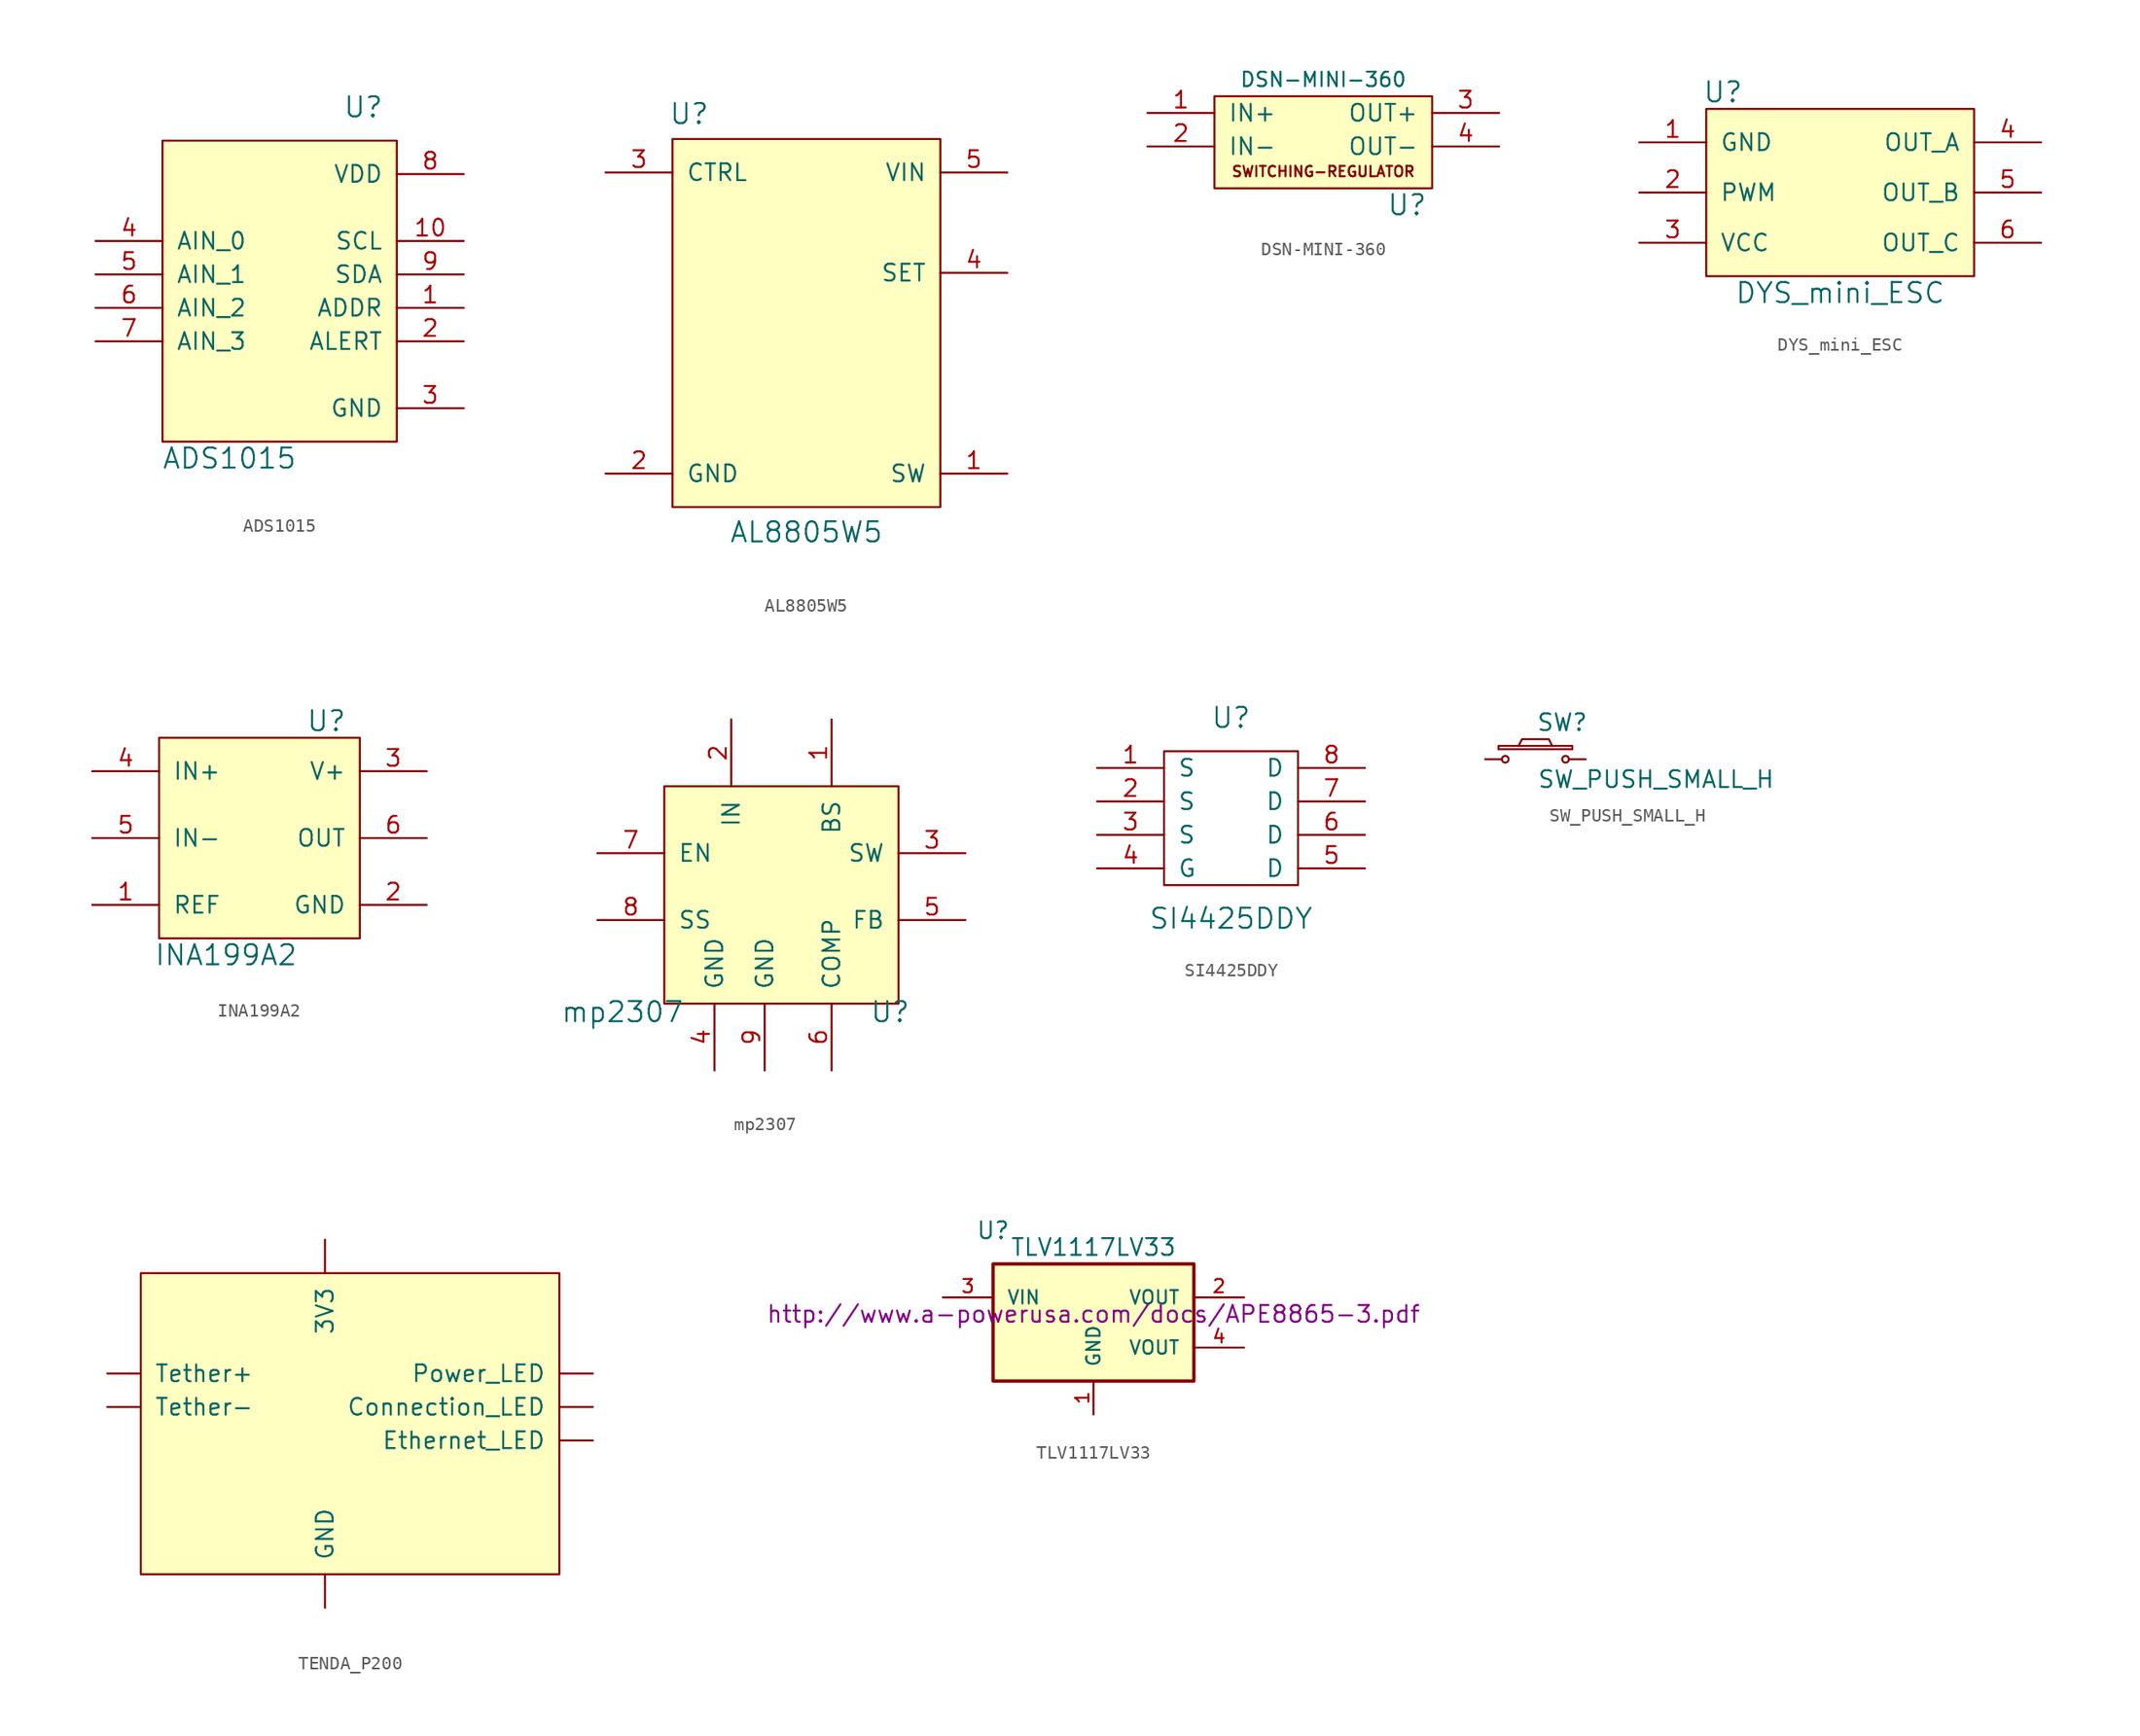
<source format=kicad_sym>
(kicad_symbol_lib
  (version 20241209)
  (generator "kicad_symbol_editor")
  (generator_version "9.0")
  (symbol "ADS1015"
    (pin_names
      (offset 1.016))
    (property "Reference" "U"
      (at 3.81 13.97 0)
      (effects (font (size 1.524 1.524))))
    (property "Value" "ADS1015"
      (at -6.35 -12.7 0)
      (effects (font (size 1.524 1.524))))
    (symbol "ADS1015_0_1"
      (rectangle (start -11.43 11.43) (end 6.35 -11.43) (stroke (width 0) (type solid)) (fill (type background))))
    (symbol "ADS1015_1_1"
      (pin input line (at -16.51 3.81 0) (length 5.08) (name "AIN_0" (effects (font (size 1.27 1.27)))) (number "4" (effects (font (size 1.27 1.27)))))
      (pin input line (at -16.51 1.27 0) (length 5.08) (name "AIN_1" (effects (font (size 1.27 1.27)))) (number "5" (effects (font (size 1.27 1.27)))))
      (pin input line (at -16.51 -1.27 0) (length 5.08) (name "AIN_2" (effects (font (size 1.27 1.27)))) (number "6" (effects (font (size 1.27 1.27)))))
      (pin input line (at -16.51 -3.81 0) (length 5.08) (name "AIN_3" (effects (font (size 1.27 1.27)))) (number "7" (effects (font (size 1.27 1.27)))))
      (pin input line (at 11.43 8.89 180) (length 5.08) (name "VDD" (effects (font (size 1.27 1.27)))) (number "8" (effects (font (size 1.27 1.27)))))
      (pin input line (at 11.43 3.81 180) (length 5.08) (name "SCL" (effects (font (size 1.27 1.27)))) (number "10" (effects (font (size 1.27 1.27)))))
      (pin input line (at 11.43 1.27 180) (length 5.08) (name "SDA" (effects (font (size 1.27 1.27)))) (number "9" (effects (font (size 1.27 1.27)))))
      (pin input line (at 11.43 -1.27 180) (length 5.08) (name "ADDR" (effects (font (size 1.27 1.27)))) (number "1" (effects (font (size 1.27 1.27)))))
      (pin input line (at 11.43 -3.81 180) (length 5.08) (name "ALERT" (effects (font (size 1.27 1.27)))) (number "2" (effects (font (size 1.27 1.27)))))
      (pin input line (at 11.43 -8.89 180) (length 5.08) (name "GND" (effects (font (size 1.27 1.27)))) (number "3" (effects (font (size 1.27 1.27)))))))
  (symbol "AL8805W5"
    (pin_names
      (offset 1.016))
    (property "Reference" "U"
      (at -9.525 17.78 0)
      (effects (font (size 1.524 1.524))))
    (property "Value" "AL8805W5"
      (at -0.635 -13.97 0)
      (effects (font (size 1.524 1.524))))
    (symbol "AL8805W5_0_1"
      (rectangle (start -10.795 15.875) (end 9.525 -12.065) (stroke (width 0) (type solid)) (fill (type background))))
    (symbol "AL8805W5_1_1"
      (pin input line (at -15.875 13.335 0) (length 5.08) (name "CTRL" (effects (font (size 1.27 1.27)))) (number "3" (effects (font (size 1.27 1.27)))))
      (pin input line (at -15.875 -9.525 0) (length 5.08) (name "GND" (effects (font (size 1.27 1.27)))) (number "2" (effects (font (size 1.27 1.27)))))
      (pin input line (at 14.605 13.335 180) (length 5.08) (name "VIN" (effects (font (size 1.27 1.27)))) (number "5" (effects (font (size 1.27 1.27)))))
      (pin input line (at 14.605 5.715 180) (length 5.08) (name "SET" (effects (font (size 1.27 1.27)))) (number "4" (effects (font (size 1.27 1.27)))))
      (pin input line (at 14.605 -9.525 180) (length 5.08) (name "SW" (effects (font (size 1.27 1.27)))) (number "1" (effects (font (size 1.27 1.27)))))))
  (symbol "DSN-MINI-360"
    (pin_names
      (offset 1.016))
    (property "Reference" "U"
      (at 6.35 -5.08 0)
      (effects (font (size 1.524 1.524))))
    (property "Value" "DSN-MINI-360"
      (at 0 4.445 0)
      (effects (font (size 1.092 1.092))))
    (symbol "DSN-MINI-360_0_0"
      (rectangle (start -8.255 3.175) (end 8.255 -3.81) (stroke (width 0) (type solid)) (fill (type background)))
      (text "SWITCHING-REGULATOR" (at 0 -2.54 0) (effects (font (size 0.787 0.787)))))
    (symbol "DSN-MINI-360_1_1"
      (pin input line (at -13.335 1.905 0) (length 5.08) (name "IN+" (effects (font (size 1.27 1.27)))) (number "1" (effects (font (size 1.27 1.27)))))
      (pin input line (at -13.335 -0.635 0) (length 5.08) (name "IN-" (effects (font (size 1.27 1.27)))) (number "2" (effects (font (size 1.27 1.27)))))
      (pin input line (at 13.335 1.905 180) (length 5.08) (name "OUT+" (effects (font (size 1.27 1.27)))) (number "3" (effects (font (size 1.27 1.27)))))
      (pin input line (at 13.335 -0.635 180) (length 5.08) (name "OUT-" (effects (font (size 1.27 1.27)))) (number "4" (effects (font (size 1.27 1.27)))))))
  (symbol "DYS_mini_ESC"
    (pin_names
      (offset 1.016))
    (property "Reference" "U"
      (at -8.89 7.62 0)
      (effects (font (size 1.524 1.524))))
    (property "Value" "DYS_mini_ESC"
      (at 0 -7.62 0)
      (effects (font (size 1.524 1.524))))
    (symbol "DYS_mini_ESC_0_1"
      (rectangle (start -10.16 6.35) (end 10.16 -6.35) (stroke (width 0) (type solid)) (fill (type background))))
    (symbol "DYS_mini_ESC_1_1"
      (pin input line (at -15.24 3.81 0) (length 5.08) (name "GND" (effects (font (size 1.27 1.27)))) (number "1" (effects (font (size 1.27 1.27)))))
      (pin input line (at -15.24 0 0) (length 5.08) (name "PWM" (effects (font (size 1.27 1.27)))) (number "2" (effects (font (size 1.27 1.27)))))
      (pin input line (at -15.24 -3.81 0) (length 5.08) (name "VCC" (effects (font (size 1.27 1.27)))) (number "3" (effects (font (size 1.27 1.27)))))
      (pin input line (at 15.24 3.81 180) (length 5.08) (name "OUT_A" (effects (font (size 1.27 1.27)))) (number "4" (effects (font (size 1.27 1.27)))))
      (pin input line (at 15.24 0 180) (length 5.08) (name "OUT_B" (effects (font (size 1.27 1.27)))) (number "5" (effects (font (size 1.27 1.27)))))
      (pin input line (at 15.24 -3.81 180) (length 5.08) (name "OUT_C" (effects (font (size 1.27 1.27)))) (number "6" (effects (font (size 1.27 1.27)))))))
  (symbol "INA199A2"
    (pin_names
      (offset 1.016))
    (property "Reference" "U"
      (at 6.35 8.89 0)
      (effects (font (size 1.524 1.524))))
    (property "Value" "INA199A2"
      (at -1.27 -8.89 0)
      (effects (font (size 1.524 1.524))))
    (symbol "INA199A2_0_1"
      (rectangle (start -6.35 7.62) (end 8.89 -7.62) (stroke (width 0) (type solid)) (fill (type background))))
    (symbol "INA199A2_1_1"
      (pin input line (at -11.43 5.08 0) (length 5.08) (name "IN+" (effects (font (size 1.27 1.27)))) (number "4" (effects (font (size 1.27 1.27)))))
      (pin input line (at -11.43 0 0) (length 5.08) (name "IN-" (effects (font (size 1.27 1.27)))) (number "5" (effects (font (size 1.27 1.27)))))
      (pin input line (at -11.43 -5.08 0) (length 5.08) (name "REF" (effects (font (size 1.27 1.27)))) (number "1" (effects (font (size 1.27 1.27)))))
      (pin input line (at 13.97 5.08 180) (length 5.08) (name "V+" (effects (font (size 1.27 1.27)))) (number "3" (effects (font (size 1.27 1.27)))))
      (pin input line (at 13.97 0 180) (length 5.08) (name "OUT" (effects (font (size 1.27 1.27)))) (number "6" (effects (font (size 1.27 1.27)))))
      (pin input line (at 13.97 -5.08 180) (length 5.08) (name "GND" (effects (font (size 1.27 1.27)))) (number "2" (effects (font (size 1.27 1.27)))))))
  (symbol "mp2307"
    (pin_names
      (offset 1.016))
    (property "Reference" "U"
      (at 8.255 -9.525 0)
      (effects (font (size 1.524 1.524))))
    (property "Value" "mp2307"
      (at -12.065 -9.525 0)
      (effects (font (size 1.524 1.524))))
    (symbol "mp2307_0_1"
      (rectangle (start -8.89 7.62) (end 8.89 -8.89) (stroke (width 0) (type solid)) (fill (type background))))
    (symbol "mp2307_1_1"
      (pin input line (at -13.97 2.54 0) (length 5.08) (name "EN" (effects (font (size 1.27 1.27)))) (number "7" (effects (font (size 1.27 1.27)))))
      (pin input line (at -13.97 -2.54 0) (length 5.08) (name "SS" (effects (font (size 1.27 1.27)))) (number "8" (effects (font (size 1.27 1.27)))))
      (pin input line (at -5.08 -13.97 90) (length 5.08) (name "GND" (effects (font (size 1.27 1.27)))) (number "4" (effects (font (size 1.27 1.27)))))
      (pin input line (at -3.81 12.7 270) (length 5.08) (name "IN" (effects (font (size 1.27 1.27)))) (number "2" (effects (font (size 1.27 1.27)))))
      (pin input line (at -1.27 -13.97 90) (length 5.08) (name "GND" (effects (font (size 1.27 1.27)))) (number "9" (effects (font (size 1.27 1.27)))))
      (pin input line (at 3.81 12.7 270) (length 5.08) (name "BS" (effects (font (size 1.27 1.27)))) (number "1" (effects (font (size 1.27 1.27)))))
      (pin input line (at 3.81 -13.97 90) (length 5.08) (name "COMP" (effects (font (size 1.27 1.27)))) (number "6" (effects (font (size 1.27 1.27)))))
      (pin input line (at 13.97 2.54 180) (length 5.08) (name "SW" (effects (font (size 1.27 1.27)))) (number "3" (effects (font (size 1.27 1.27)))))
      (pin input line (at 13.97 -2.54 180) (length 5.08) (name "FB" (effects (font (size 1.27 1.27)))) (number "5" (effects (font (size 1.27 1.27)))))))
  (symbol "SI4425DDY"
    (pin_names
      (offset 1.016))
    (property "Reference" "U"
      (at 0 7.62 0)
      (effects (font (size 1.524 1.524))))
    (property "Value" "SI4425DDY"
      (at 0 -7.62 0)
      (effects (font (size 1.524 1.524))))
    (symbol "SI4425DDY_0_1"
      (rectangle (start -5.08 5.08) (end 5.08 -5.08) (stroke (width 0) (type solid)) (fill (type none))))
    (symbol "SI4425DDY_1_1"
      (pin input line (at -10.16 3.81 0) (length 5.08) (name "S" (effects (font (size 1.27 1.27)))) (number "1" (effects (font (size 1.27 1.27)))))
      (pin input line (at -10.16 1.27 0) (length 5.08) (name "S" (effects (font (size 1.27 1.27)))) (number "2" (effects (font (size 1.27 1.27)))))
      (pin input line (at -10.16 -1.27 0) (length 5.08) (name "S" (effects (font (size 1.27 1.27)))) (number "3" (effects (font (size 1.27 1.27)))))
      (pin input line (at -10.16 -3.81 0) (length 5.08) (name "G" (effects (font (size 1.27 1.27)))) (number "4" (effects (font (size 1.27 1.27)))))
      (pin input line (at 10.16 3.81 180) (length 5.08) (name "D" (effects (font (size 1.27 1.27)))) (number "8" (effects (font (size 1.27 1.27)))))
      (pin input line (at 10.16 1.27 180) (length 5.08) (name "D" (effects (font (size 1.27 1.27)))) (number "7" (effects (font (size 1.27 1.27)))))
      (pin input line (at 10.16 -1.27 180) (length 5.08) (name "D" (effects (font (size 1.27 1.27)))) (number "6" (effects (font (size 1.27 1.27)))))
      (pin input line (at 10.16 -3.81 180) (length 5.08) (name "D" (effects (font (size 1.27 1.27)))) (number "5" (effects (font (size 1.27 1.27)))))))
  (symbol "SW_PUSH_SMALL_H"
    (pin_numbers
      (hide yes))
    (pin_names
      (offset 1.016)
      (hide yes))
    (property "Reference" "SW"
      (at 2.032 2.794 0)
      (effects (font (size 1.27 1.27))))
    (property "Value" "SW_PUSH_SMALL_H"
      (at 9.144 -1.524 0)
      (effects (font (size 1.27 1.27))))
    (property "Footprint" ""
      (at 0 5.08 0)
      (effects (font (size 1.27 1.27))))
    (property "Datasheet" ""
      (at 0 5.08 0)
      (effects (font (size 1.27 1.27))))
    (symbol "SW_PUSH_SMALL_H_0_1"
      (polyline (pts (xy -2.794 0.762) (xy 2.794 0.762)) (stroke (width 0) (type solid)) (fill (type none)))
      (polyline (pts (xy -2.794 0.762) (xy -2.794 1.016) (xy 2.794 1.016) (xy 2.794 0.762)) (stroke (width 0) (type solid)) (fill (type none)))
      (circle (center -2.286 0) (radius 0.254) (stroke (width 0) (type solid)) (fill (type none)))
      (polyline (pts (xy -1.27 1.016) (xy -1.016 1.524) (xy 1.016 1.524) (xy 1.27 1.016)) (stroke (width 0) (type solid)) (fill (type none)))
      (circle (center 2.286 0) (radius 0.254) (stroke (width 0) (type solid)) (fill (type none)))
      (pin passive line (at -3.81 0 0) (length 1.27) (name "1" (effects (font (size 1.27 1.27)))) (number "1" (effects (font (size 1.27 1.27)))))
      (pin passive line (at 3.81 0 180) (length 1.27) (name "2" (effects (font (size 1.27 1.27)))) (number "2" (effects (font (size 1.27 1.27)))))))
  (symbol "TENDA_P200"
    (pin_names
      (offset 1.016))
    (property "Reference" "U"
      (at 3.302 0.508 0)
      (effects (font (size 1.524 1.524)) (hide yes)))
    (symbol "TENDA_P200_1_1"
      (rectangle (start -13.97 25.4) (end 17.78 2.54) (stroke (width 0) (type solid)) (fill (type background)))
      (pin output line (at -16.51 17.78 0) (length 2.54) (name "Tether+" (effects (font (size 1.27 1.27)))) (number "T_+" (effects (font (size 0 0)))))
      (pin output line (at -16.51 15.24 0) (length 2.54) (name "Tether-" (effects (font (size 1.27 1.27)))) (number "T_-" (effects (font (size 0 0)))))
      (pin power_in line (at 0 27.94 270) (length 2.54) (name "3V3" (effects (font (size 1.27 1.27)))) (number "3V3" (effects (font (size 0 0)))))
      (pin power_in line (at 0 0 90) (length 2.54) (name "GND" (effects (font (size 1.27 1.27)))) (number "GND" (effects (font (size 0 0)))))
      (pin output line (at 20.32 17.78 180) (length 2.54) (name "Power_LED" (effects (font (size 1.27 1.27)))) (number "P" (effects (font (size 0 0)))))
      (pin output line (at 20.32 15.24 180) (length 2.54) (name "Connection_LED" (effects (font (size 1.27 1.27)))) (number "C" (effects (font (size 0 0)))))
      (pin output line (at 20.32 12.7 180) (length 2.54) (name "Ethernet_LED" (effects (font (size 1.27 1.27)))) (number "E" (effects (font (size 0 0)))))
      (pin no_connect line (at 20.32 10.16 180) (length 2.54) (hide yes) (name "NC" (effects (font (size 1.27 1.27)))) (number "NC" (effects (font (size 0 0)))))))
  (symbol "TLV1117LV33"
    (pin_names
      (offset 1.016))
    (property "Reference" "U"
      (at -7.62 6.35 0)
      (effects (font (size 1.27 1.27))))
    (property "Value" "TLV1117LV33"
      (at 0 5.08 0)
      (effects (font (size 1.27 1.27))))
    (property "Datasheet" "http://www.a-powerusa.com/docs/APE8865-3.pdf"
      (at 0 0 0)
      (effects (font (size 1.27 1.27))))
    (symbol "TLV1117LV33_0_1"
      (rectangle (start -7.62 3.81) (end 7.62 -5.08) (stroke (width 0.254) (type solid)) (fill (type background))))
    (symbol "TLV1117LV33_1_1"
      (pin input line (at -11.43 1.27 0) (length 3.81) (name "VIN" (effects (font (size 1.016 1.016)))) (number "3" (effects (font (size 1.016 1.016)))))
      (pin power_in line (at 0 -7.62 90) (length 2.54) (name "GND" (effects (font (size 1.016 1.016)))) (number "1" (effects (font (size 1.016 1.016)))))
      (pin power_out line (at 11.43 1.27 180) (length 3.81) (name "VOUT" (effects (font (size 1.016 1.016)))) (number "2" (effects (font (size 1.016 1.016)))))
      (pin input line (at 11.43 -2.54 180) (length 3.81) (name "VOUT" (effects (font (size 1.016 1.016)))) (number "4" (effects (font (size 1.016 1.016))))))))
</source>
